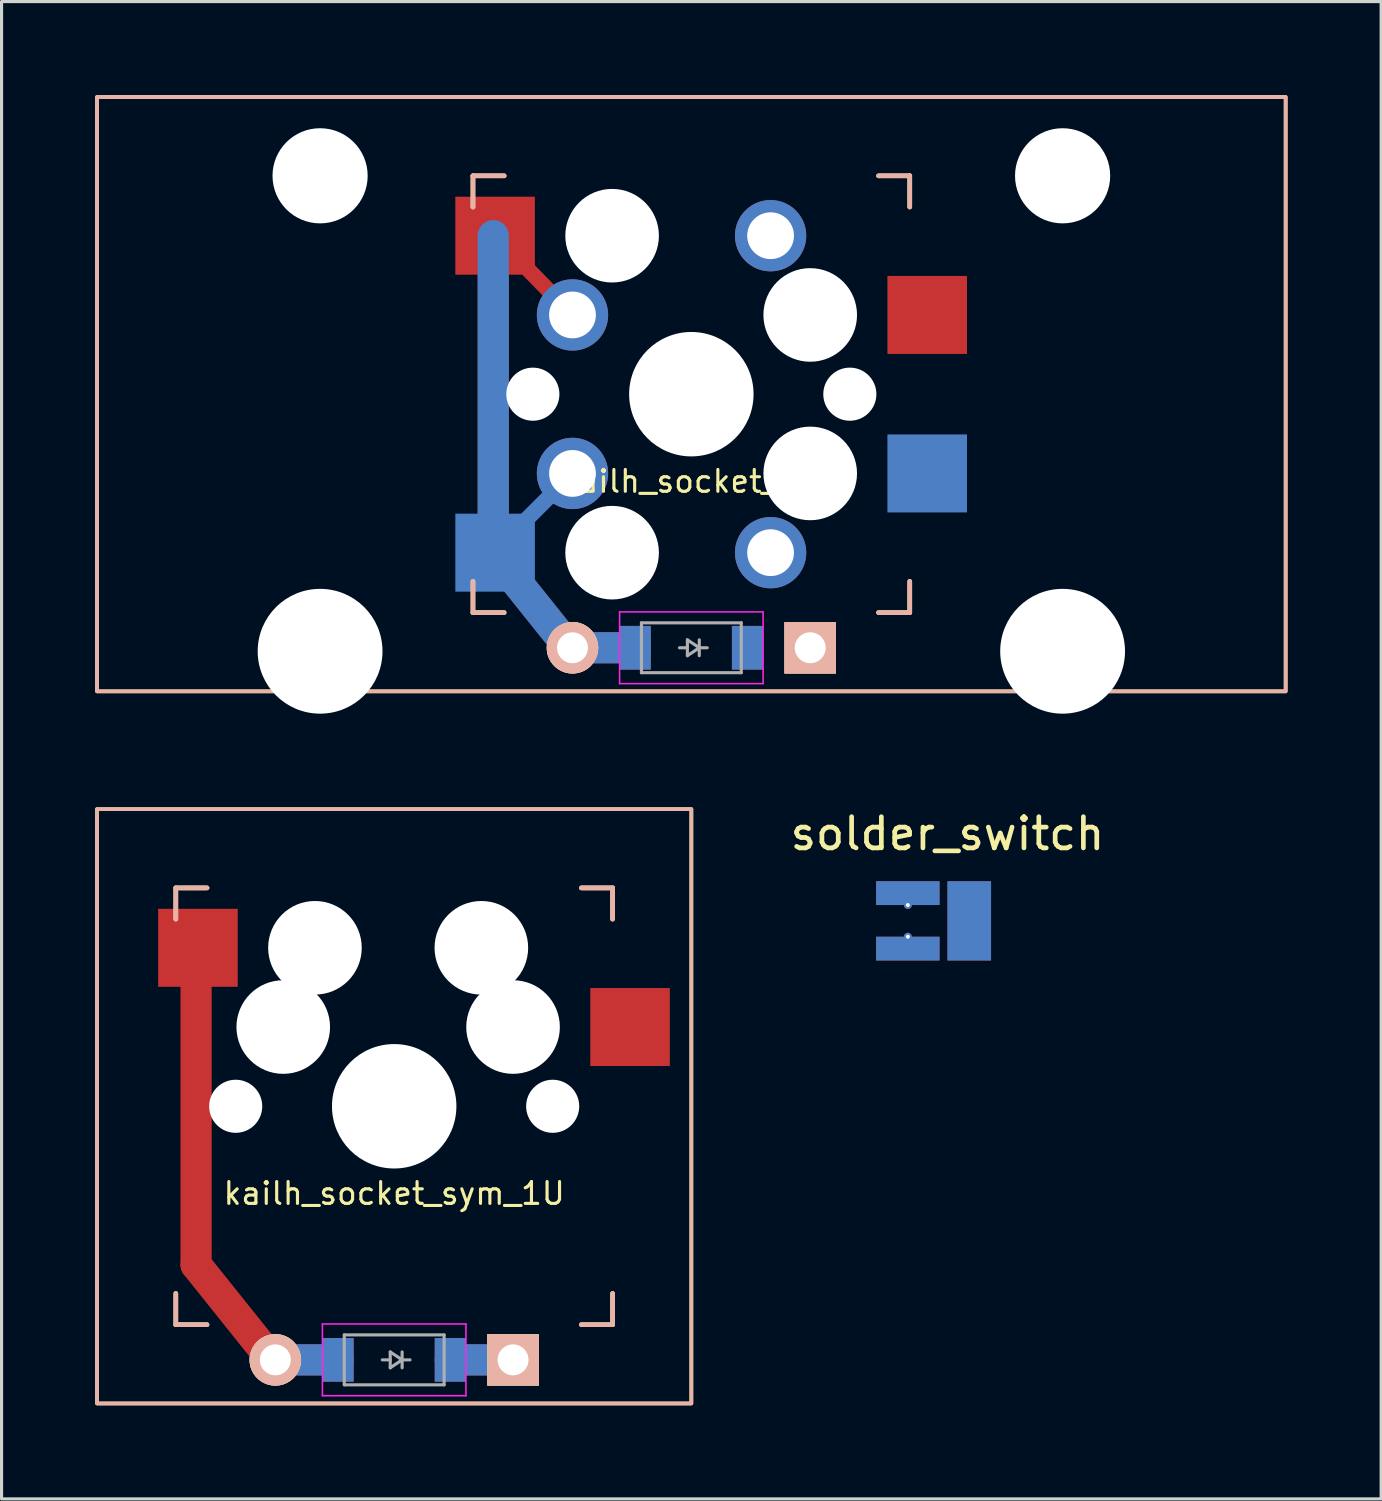
<source format=kicad_pcb>
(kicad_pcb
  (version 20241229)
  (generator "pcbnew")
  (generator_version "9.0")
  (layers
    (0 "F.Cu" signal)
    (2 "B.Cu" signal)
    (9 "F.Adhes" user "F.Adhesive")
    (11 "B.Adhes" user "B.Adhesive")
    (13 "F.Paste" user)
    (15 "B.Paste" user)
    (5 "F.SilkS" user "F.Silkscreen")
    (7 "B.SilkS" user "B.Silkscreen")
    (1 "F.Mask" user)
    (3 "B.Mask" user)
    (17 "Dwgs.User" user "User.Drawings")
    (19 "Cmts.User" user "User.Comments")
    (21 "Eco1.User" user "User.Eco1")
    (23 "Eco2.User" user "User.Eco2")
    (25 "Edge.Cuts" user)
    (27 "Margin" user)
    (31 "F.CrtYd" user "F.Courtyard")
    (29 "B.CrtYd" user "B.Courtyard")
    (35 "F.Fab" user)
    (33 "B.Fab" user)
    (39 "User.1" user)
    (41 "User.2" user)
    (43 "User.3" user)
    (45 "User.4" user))
  (footprint "kailh_socket_2U"
    (layer "F.Cu")
    (at 19.11 9.585)
    (property "Reference" "kailh_socket_2U" (at 0 2.794 0) (layer "F.SilkS") (effects (font (size 0.7 0.7) (thickness 0.1))))
    (attr through_hole)
    (fp_line (start -6.35 -5.08) (end -6.35 5.08) (stroke (width 1) (type solid)) (layer "F.Cu"))
    (fp_line (start -6.35 5.08) (end -3.81 8.255) (stroke (width 1) (type solid)) (layer "F.Cu"))
    (fp_line (start -3.81 -2.54) (end -6.29 -5.08) (stroke (width 0.5) (type solid)) (layer "F.Cu"))
    (fp_line (start -3.81 8.128) (end -1.8 8.128) (stroke (width 1) (type solid)) (layer "F.Cu"))
    (fp_line (start -6.35 -5.08) (end -6.35 5.08) (stroke (width 1) (type solid)) (layer "B.Cu"))
    (fp_line (start -6.35 5.08) (end -3.81 8.255) (stroke (width 1) (type solid)) (layer "B.Cu"))
    (fp_line (start -3.81 2.54) (end -6.35 5.08) (stroke (width 0.5) (type solid)) (layer "B.Cu"))
    (fp_line (start -3.81 8.128) (end -1.8 8.128) (stroke (width 1) (type solid)) (layer "B.Cu"))
    (fp_line (start -7 -7) (end -6 -7) (stroke (width 0.15) (type solid)) (layer "F.SilkS"))
    (fp_line (start -7 -6) (end -7 -7) (stroke (width 0.15) (type solid)) (layer "F.SilkS"))
    (fp_line (start -7 7) (end -7 6) (stroke (width 0.15) (type solid)) (layer "F.SilkS"))
    (fp_line (start -6 7) (end -7 7) (stroke (width 0.15) (type solid)) (layer "F.SilkS"))
    (fp_line (start 6 -7) (end 7 -7) (stroke (width 0.15) (type solid)) (layer "F.SilkS"))
    (fp_line (start 7 -7) (end 7 -6) (stroke (width 0.15) (type solid)) (layer "F.SilkS"))
    (fp_line (start 7 6) (end 7 7) (stroke (width 0.15) (type solid)) (layer "F.SilkS"))
    (fp_line (start 7 7) (end 6 7) (stroke (width 0.15) (type solid)) (layer "F.SilkS"))
    (fp_rect (start 19.05 -9.525) (end -19.05 9.525) (stroke (width 0.12) (type solid)) (fill no) (layer "F.SilkS"))
    (fp_line (start -7 -7) (end -6 -7) (stroke (width 0.15) (type solid)) (layer "B.SilkS"))
    (fp_line (start -7 -6) (end -7 -7) (stroke (width 0.15) (type solid)) (layer "B.SilkS"))
    (fp_line (start -7 7) (end -7 6) (stroke (width 0.15) (type solid)) (layer "B.SilkS"))
    (fp_line (start -6 7) (end -7 7) (stroke (width 0.15) (type solid)) (layer "B.SilkS"))
    (fp_line (start 6 -7) (end 7 -7) (stroke (width 0.15) (type solid)) (layer "B.SilkS"))
    (fp_line (start 7 -7) (end 7 -6) (stroke (width 0.15) (type solid)) (layer "B.SilkS"))
    (fp_line (start 7 6) (end 7 7) (stroke (width 0.15) (type solid)) (layer "B.SilkS"))
    (fp_line (start 7 7) (end 6 7) (stroke (width 0.15) (type solid)) (layer "B.SilkS"))
    (fp_rect (start 19.05 -9.525) (end -19.05 9.525) (stroke (width 0.12) (type solid)) (fill no) (layer "B.SilkS"))
    (fp_line (start -7.5 -7.5) (end 7.5 -7.5) (stroke (width 0.15) (type solid)) (layer "Eco2.User"))
    (fp_line (start -7.5 7.5) (end -7.5 -7.5) (stroke (width 0.15) (type solid)) (layer "Eco2.User"))
    (fp_line (start -6.9 6.9) (end -6.9 -6.9) (stroke (width 0.15) (type solid)) (layer "Eco2.User"))
    (fp_line (start -6.9 6.9) (end 6.9 6.9) (stroke (width 0.15) (type solid)) (layer "Eco2.User"))
    (fp_line (start 6.9 -6.9) (end -6.9 -6.9) (stroke (width 0.15) (type solid)) (layer "Eco2.User"))
    (fp_line (start 6.9 -6.9) (end 6.9 6.9) (stroke (width 0.15) (type solid)) (layer "Eco2.User"))
    (fp_line (start 7.5 -7.5) (end 7.5 7.5) (stroke (width 0.15) (type solid)) (layer "Eco2.User"))
    (fp_line (start 7.5 7.5) (end -7.5 7.5) (stroke (width 0.15) (type solid)) (layer "Eco2.User"))
    (fp_rect (start -15.188 6) (end -8.942 -6) (stroke (width 0.12) (type solid)) (fill no) (layer "Eco2.User"))
    (fp_rect (start 8.942 6) (end 15.315 -6) (stroke (width 0.12) (type solid)) (fill no) (layer "Eco2.User"))
    (fp_line (start -2.3 6.978) (end -2.3 9.278) (stroke (width 0.05) (type solid)) (layer "F.CrtYd"))
    (fp_line (start -2.3 6.978) (end 2.3 6.978) (stroke (width 0.05) (type solid)) (layer "F.CrtYd"))
    (fp_line (start -2.3 9.278) (end 2.3 9.278) (stroke (width 0.05) (type solid)) (layer "F.CrtYd"))
    (fp_line (start 2.3 6.978) (end 2.3 9.278) (stroke (width 0.05) (type solid)) (layer "F.CrtYd"))
    (fp_line (start -1.6 7.328) (end 1.6 7.328) (stroke (width 0.1) (type solid)) (layer "F.Fab"))
    (fp_line (start -1.6 8.928) (end -1.6 7.328) (stroke (width 0.1) (type solid)) (layer "F.Fab"))
    (fp_line (start -0.127 7.874) (end 0.254 8.128) (stroke (width 0.1) (type solid)) (layer "F.Fab"))
    (fp_line (start -0.127 8.128) (end -0.381 8.128) (stroke (width 0.1) (type solid)) (layer "F.Fab"))
    (fp_line (start -0.127 8.382) (end -0.127 7.874) (stroke (width 0.1) (type solid)) (layer "F.Fab"))
    (fp_line (start 0.254 8.128) (end -0.127 8.382) (stroke (width 0.1) (type solid)) (layer "F.Fab"))
    (fp_line (start 0.254 8.128) (end 0.508 8.128) (stroke (width 0.1) (type solid)) (layer "F.Fab"))
    (fp_line (start 0.254 8.382) (end 0.254 7.874) (stroke (width 0.1) (type solid)) (layer "F.Fab"))
    (fp_line (start 1.6 7.328) (end 1.6 8.928) (stroke (width 0.1) (type solid)) (layer "F.Fab"))
    (fp_line (start 1.6 8.928) (end -1.6 8.928) (stroke (width 0.1) (type solid)) (layer "F.Fab"))
    (pad "" np_thru_hole circle (at -11.9 -7) (size 3.05 3.05) (drill 3.05) (layers "*.Cu" "*.Mask"))
    (pad "" np_thru_hole circle (at -11.9 8.24) (size 4 4) (drill 4) (layers "*.Cu" "*.Mask"))
    (pad "" smd rect (at -6.29 -5.08) (size 2.55 2.5) (layers "F.Cu" "F.Mask" "F.Paste"))
    (pad "" smd rect (at -6.29 5.08) (size 2.55 2.5) (layers "B.Cu" "B.Mask" "B.Paste"))
    (pad "" np_thru_hole circle (at -5.08 0) (size 1.702 1.702) (drill 1.702) (layers "*.Cu" "*.Mask"))
    (pad "" thru_hole circle (at -3.81 -2.54) (size 2.286 2.286) (drill 1.499) (layers "*.Cu" "*.Mask"))
    (pad "" thru_hole circle (at -3.81 2.54) (size 2.286 2.286) (drill 1.499) (layers "*.Cu" "*.Mask"))
    (pad "" thru_hole circle (at -3.81 8.128) (size 1.651 1.651) (drill 0.991) (layers "*.Cu" "*.SilkS" "*.Mask"))
    (pad "" np_thru_hole circle (at -2.54 -5.08) (size 3 3) (drill 3) (layers "*.Cu" "*.Mask"))
    (pad "" np_thru_hole circle (at -2.54 5.08) (size 3 3) (drill 3) (layers "*.Cu" "*.Mask"))
    (pad "" smd rect (at -1.8 8.128) (size 1 1.4) (layers "F.Cu" "F.Mask" "F.Paste"))
    (pad "" smd rect (at -1.8 8.128) (size 1 1.4) (layers "B.Cu" "B.Mask" "B.Paste"))
    (pad "" np_thru_hole circle (at 0 0) (size 3.988 3.988) (drill 3.988) (layers "*.Cu" "*.Mask"))
    (pad "" smd rect (at 1.8 8.128) (size 1 1.4) (layers "B.Cu" "B.Mask" "B.Paste"))
    (pad "" np_thru_hole circle (at 3.81 -2.54) (size 3 3) (drill 3) (layers "*.Cu" "*.Mask"))
    (pad "" np_thru_hole circle (at 3.81 2.54) (size 3 3) (drill 3) (layers "*.Cu" "*.Mask"))
    (pad "" np_thru_hole circle (at 5.08 0) (size 1.702 1.702) (drill 1.702) (layers "*.Cu" "*.Mask"))
    (pad "" np_thru_hole circle (at 11.9 -7) (size 3.05 3.05) (drill 3.05) (layers "*.Cu" "*.Mask"))
    (pad "" np_thru_hole circle (at 11.9 8.24) (size 4 4) (drill 4) (layers "*.Cu" "*.Mask"))
    (pad "1" thru_hole circle (at 2.54 -5.08) (size 2.286 2.286) (drill 1.499) (layers "*.Cu" "*.Mask"))
    (pad "1" thru_hole circle (at 2.54 5.08) (size 2.286 2.286) (drill 1.499) (layers "*.Cu" "*.Mask"))
    (pad "1" smd rect (at 7.56 -2.54) (size 2.55 2.5) (layers "F.Cu" "F.Mask" "F.Paste"))
    (pad "1" smd rect (at 7.56 2.54) (size 2.55 2.5) (layers "B.Cu" "B.Mask" "B.Paste"))
    (pad "4" smd rect (at 1.8 8.128) (size 1 1.4) (layers "F.Cu" "F.Mask" "F.Paste"))
    (pad "4" thru_hole rect (at 3.81 8.128) (size 1.651 1.651) (drill 0.991) (layers "*.Cu" "*.SilkS" "*.Mask")))
  (footprint "solder_switch"
    (layer "F.Cu")
    (at 27.319 26.467)
    (property "Reference" "solder_switch" (at 0 -2.794 0) (unlocked yes) (layer "F.SilkS") (effects (font (size 1 1) (thickness 0.15))))
    (attr smd)
    (pad "" thru_hole circle (at -1.27 -0.508 180) (size 0.254 0.254) (drill 0.127) (layers "*.Cu" "*.Mask"))
    (pad "" thru_hole circle (at -1.27 0.508 180) (size 0.254 0.254) (drill 0.127) (layers "*.Cu" "*.Mask"))
    (pad "1" smd rect (at -1.27 -0.889 180) (size 2.032 0.762) (layers "F.Cu"))
    (pad "1" smd rect (at -1.27 -0.889 180) (size 2.032 0.762) (layers "B.Cu"))
    (pad "2" smd rect (at -1.27 0.889 180) (size 2.032 0.762) (layers "F.Cu"))
    (pad "2" smd rect (at -1.27 0.889 180) (size 2.032 0.762) (layers "B.Cu"))
    (pad "3" smd rect (at 0.699 0 180) (size 1.397 2.54) (layers "F.Cu"))
    (pad "4" smd rect (at 0.699 0 180) (size 1.397 2.54) (layers "B.Cu")))
  (footprint "kailh_socket_sym_1U"
    (layer "F.Cu")
    (at 9.585 32.41)
    (property "Reference" "kailh_socket_sym_1U" (at 0 2.794 0) (layer "F.SilkS") (effects (font (size 0.7 0.7) (thickness 0.1))))
    (attr through_hole)
    (fp_line (start -6.35 -5.08) (end -6.35 5.08) (stroke (width 1) (type solid)) (layer "F.Cu"))
    (fp_line (start -6.35 5.08) (end -3.81 8.255) (stroke (width 1) (type solid)) (layer "F.Cu"))
    (fp_line (start -3.81 8.128) (end -1.8 8.128) (stroke (width 1) (type solid)) (layer "F.Cu"))
    (fp_line (start 1.8 8.128) (end 3.81 8.128) (stroke (width 1) (type solid)) (layer "F.Cu"))
    (fp_line (start -3.81 8.128) (end -1.8 8.128) (stroke (width 1) (type solid)) (layer "B.Cu"))
    (fp_line (start 1.8 8.128) (end 3.81 8.128) (stroke (width 1) (type solid)) (layer "B.Cu"))
    (fp_line (start -7 -7) (end -6 -7) (stroke (width 0.15) (type solid)) (layer "F.SilkS"))
    (fp_line (start -7 -6) (end -7 -7) (stroke (width 0.15) (type solid)) (layer "F.SilkS"))
    (fp_line (start -7 7) (end -7 6) (stroke (width 0.15) (type solid)) (layer "F.SilkS"))
    (fp_line (start -6 7) (end -7 7) (stroke (width 0.15) (type solid)) (layer "F.SilkS"))
    (fp_line (start 6 -7) (end 7 -7) (stroke (width 0.15) (type solid)) (layer "F.SilkS"))
    (fp_line (start 7 -7) (end 7 -6) (stroke (width 0.15) (type solid)) (layer "F.SilkS"))
    (fp_line (start 7 6) (end 7 7) (stroke (width 0.15) (type solid)) (layer "F.SilkS"))
    (fp_line (start 7 7) (end 6 7) (stroke (width 0.15) (type solid)) (layer "F.SilkS"))
    (fp_rect (start 9.525 9.525) (end -9.525 -9.525) (stroke (width 0.12) (type solid)) (fill no) (layer "F.SilkS"))
    (fp_line (start -7 -7) (end -6 -7) (stroke (width 0.15) (type solid)) (layer "B.SilkS"))
    (fp_line (start -7 -6) (end -7 -7) (stroke (width 0.15) (type solid)) (layer "B.SilkS"))
    (fp_line (start -7 7) (end -7 6) (stroke (width 0.15) (type solid)) (layer "B.SilkS"))
    (fp_line (start -6 7) (end -7 7) (stroke (width 0.15) (type solid)) (layer "B.SilkS"))
    (fp_line (start 6 -7) (end 7 -7) (stroke (width 0.15) (type solid)) (layer "B.SilkS"))
    (fp_line (start 7 -7) (end 7 -6) (stroke (width 0.15) (type solid)) (layer "B.SilkS"))
    (fp_line (start 7 6) (end 7 7) (stroke (width 0.15) (type solid)) (layer "B.SilkS"))
    (fp_line (start 7 7) (end 6 7) (stroke (width 0.15) (type solid)) (layer "B.SilkS"))
    (fp_rect (start 9.525 9.525) (end -9.525 -9.525) (stroke (width 0.12) (type solid)) (fill no) (layer "B.SilkS"))
    (fp_line (start -7.5 -7.5) (end 7.5 -7.5) (stroke (width 0.15) (type solid)) (layer "Eco2.User"))
    (fp_line (start -7.5 7.5) (end -7.5 -7.5) (stroke (width 0.15) (type solid)) (layer "Eco2.User"))
    (fp_line (start -6.9 6.9) (end -6.9 -6.9) (stroke (width 0.15) (type solid)) (layer "Eco2.User"))
    (fp_line (start -6.9 6.9) (end 6.9 6.9) (stroke (width 0.15) (type solid)) (layer "Eco2.User"))
    (fp_line (start 6.9 -6.9) (end -6.9 -6.9) (stroke (width 0.15) (type solid)) (layer "Eco2.User"))
    (fp_line (start 6.9 -6.9) (end 6.9 6.9) (stroke (width 0.15) (type solid)) (layer "Eco2.User"))
    (fp_line (start 7.5 -7.5) (end 7.5 7.5) (stroke (width 0.15) (type solid)) (layer "Eco2.User"))
    (fp_line (start 7.5 7.5) (end -7.5 7.5) (stroke (width 0.15) (type solid)) (layer "Eco2.User"))
    (fp_line (start -2.3 6.978) (end -2.3 9.278) (stroke (width 0.05) (type solid)) (layer "F.CrtYd"))
    (fp_line (start -2.3 6.978) (end 2.3 6.978) (stroke (width 0.05) (type solid)) (layer "F.CrtYd"))
    (fp_line (start -2.3 9.278) (end 2.3 9.278) (stroke (width 0.05) (type solid)) (layer "F.CrtYd"))
    (fp_line (start 2.3 6.978) (end 2.3 9.278) (stroke (width 0.05) (type solid)) (layer "F.CrtYd"))
    (fp_line (start -1.6 7.328) (end 1.6 7.328) (stroke (width 0.1) (type solid)) (layer "F.Fab"))
    (fp_line (start -1.6 8.928) (end -1.6 7.328) (stroke (width 0.1) (type solid)) (layer "F.Fab"))
    (fp_line (start -0.127 7.874) (end 0.254 8.128) (stroke (width 0.1) (type solid)) (layer "F.Fab"))
    (fp_line (start -0.127 8.128) (end -0.381 8.128) (stroke (width 0.1) (type solid)) (layer "F.Fab"))
    (fp_line (start -0.127 8.382) (end -0.127 7.874) (stroke (width 0.1) (type solid)) (layer "F.Fab"))
    (fp_line (start 0.254 8.128) (end -0.127 8.382) (stroke (width 0.1) (type solid)) (layer "F.Fab"))
    (fp_line (start 0.254 8.128) (end 0.508 8.128) (stroke (width 0.1) (type solid)) (layer "F.Fab"))
    (fp_line (start 0.254 8.382) (end 0.254 7.874) (stroke (width 0.1) (type solid)) (layer "F.Fab"))
    (fp_line (start 1.6 7.328) (end 1.6 8.928) (stroke (width 0.1) (type solid)) (layer "F.Fab"))
    (fp_line (start 1.6 8.928) (end -1.6 8.928) (stroke (width 0.1) (type solid)) (layer "F.Fab"))
    (pad "" smd rect (at -6.29 -5.08) (size 2.55 2.5) (layers "F.Cu" "F.Mask" "F.Paste"))
    (pad "" np_thru_hole circle (at -5.08 0) (size 1.702 1.702) (drill 1.702) (layers "*.Cu" "*.Mask"))
    (pad "" thru_hole circle (at -3.81 -2.54) (size 2.286 2.286) (drill 1.499) (layers "*.Cu" "*.Mask"))
    (pad "" thru_hole circle (at -3.81 8.128) (size 1.651 1.651) (drill 0.991) (layers "*.Cu" "*.SilkS" "*.Mask"))
    (pad "" np_thru_hole circle (at -3.556 -2.54) (size 3 3) (drill 3) (layers "*.Cu" "*.Mask"))
    (pad "" np_thru_hole circle (at -2.54 -5.08) (size 3 3) (drill 3) (layers "*.Cu" "*.Mask"))
    (pad "" smd rect (at -1.8 8.128) (size 1 1.4) (layers "F.Cu" "F.Mask" "F.Paste"))
    (pad "" smd rect (at -1.8 8.128) (size 1 1.4) (layers "B.Cu" "B.Mask" "B.Paste"))
    (pad "" np_thru_hole circle (at 0 0) (size 3.988 3.988) (drill 3.988) (layers "*.Cu" "*.Mask"))
    (pad "" smd rect (at 1.8 8.128) (size 1 1.4) (layers "F.Cu" "F.Mask" "F.Paste"))
    (pad "" smd rect (at 1.8 8.128) (size 1 1.4) (layers "B.Cu" "B.Mask" "B.Paste"))
    (pad "" np_thru_hole circle (at 2.794 -5.08) (size 3 3) (drill 3) (layers "*.Cu" "*.Mask"))
    (pad "" np_thru_hole circle (at 3.81 -2.54) (size 3 3) (drill 3) (layers "*.Cu" "*.Mask"))
    (pad "" thru_hole circle (at 4.064 -2.54) (size 2.286 2.286) (drill 1.499) (layers "*.Cu" "*.Mask"))
    (pad "" np_thru_hole circle (at 5.08 0) (size 1.702 1.702) (drill 1.702) (layers "*.Cu" "*.Mask"))
    (pad "1" thru_hole circle (at -2.286 -5.08) (size 2.286 2.286) (drill 1.499) (layers "*.Cu" "*.Mask"))
    (pad "1" thru_hole circle (at 2.54 -5.08) (size 2.286 2.286) (drill 1.499) (layers "*.Cu" "*.Mask"))
    (pad "1" smd rect (at 7.56 -2.54) (size 2.55 2.5) (layers "F.Cu" "F.Mask" "F.Paste"))
    (pad "4" thru_hole rect (at 3.81 8.128) (size 1.651 1.651) (drill 0.991) (layers "*.Cu" "*.SilkS" "*.Mask")))
  (gr_rect
    (start -3 -3)
    (end 41.22 44.995)
    (stroke (width 0.1) (type default))
    (fill no)
    (layer "Edge.Cuts")))
</source>
